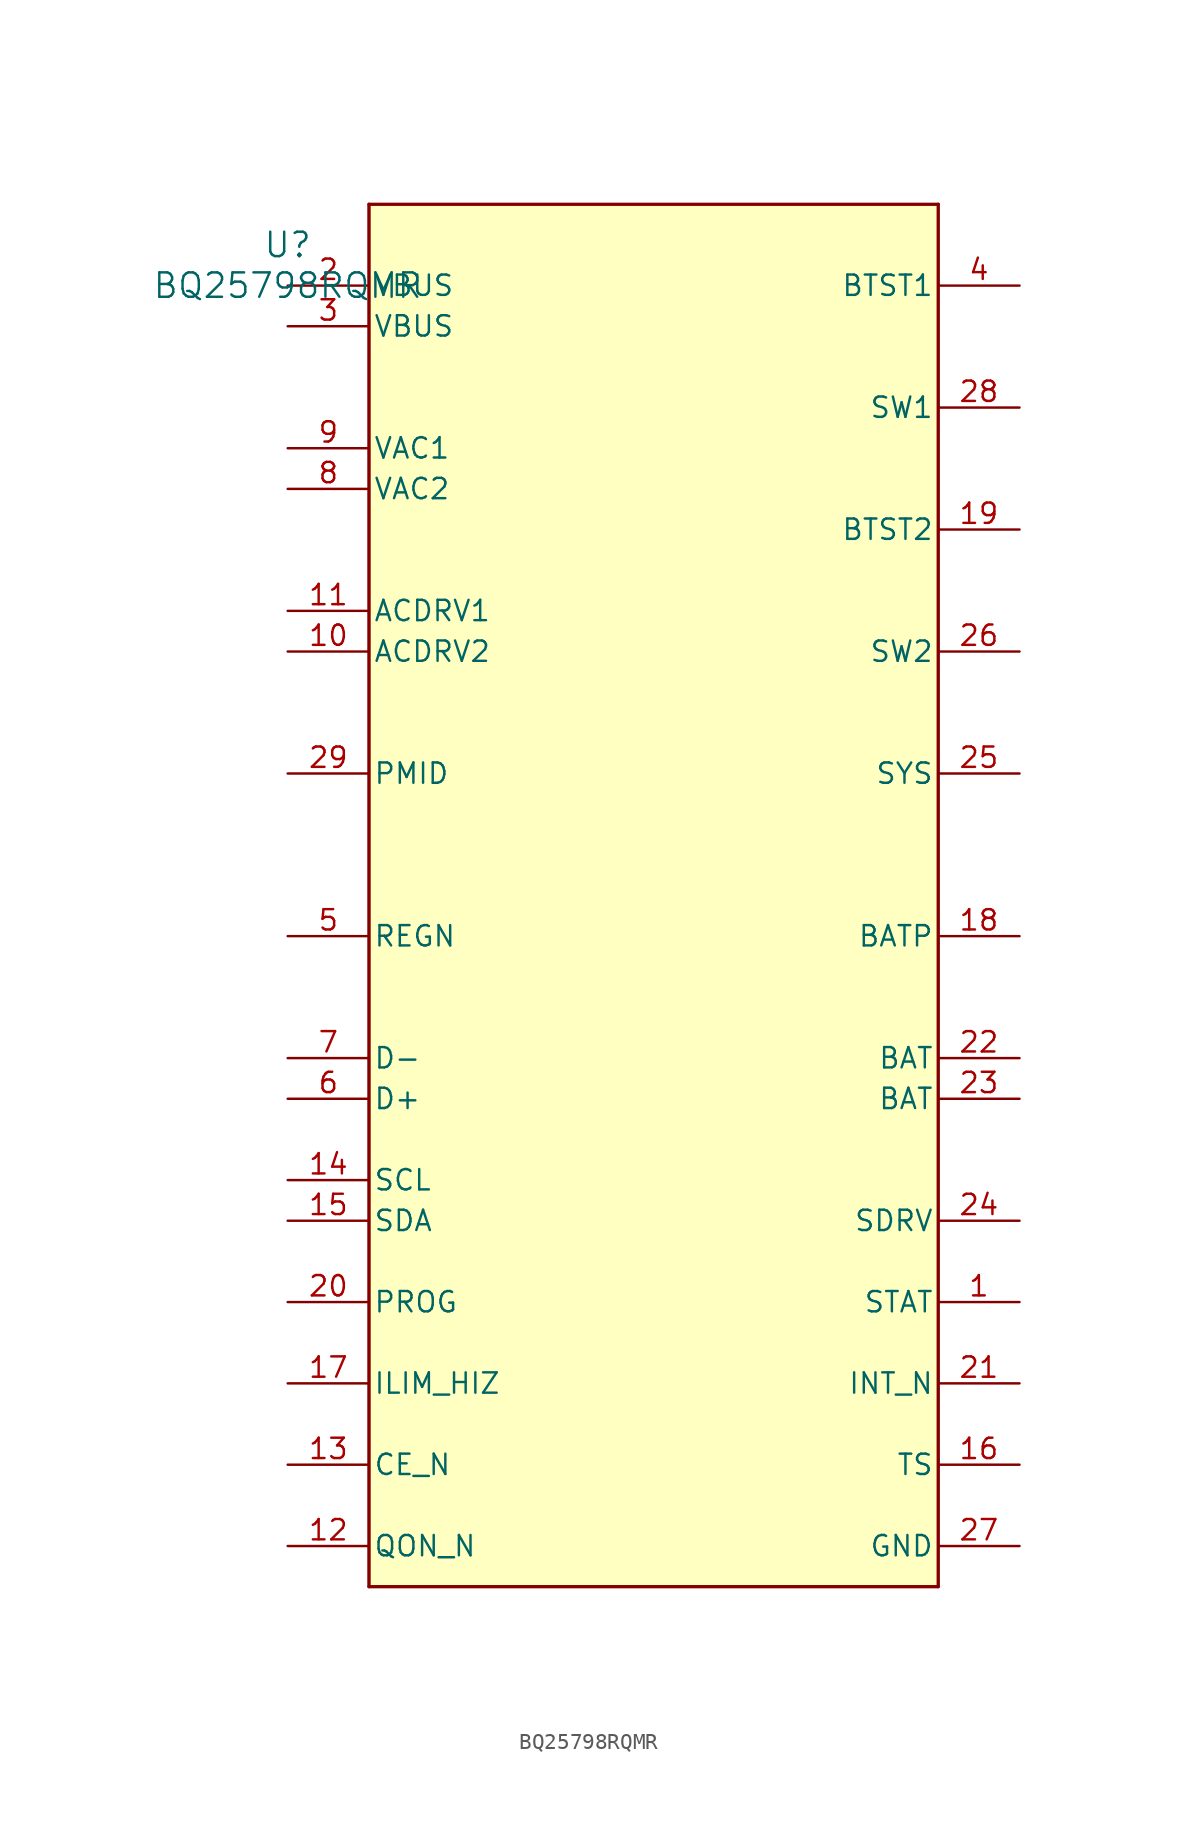
<source format=kicad_sym>
(kicad_symbol_lib
  (version 20231120)
  (generator "kicad_symbol_editor")
  (generator_version "8.99")
  (symbol "BQ25798RQMR"
    (pin_names
      (offset 0.254))
    (property "Reference" "U"
      (at 0 2.54 0)
      (effects (font (size 1.524 1.524))))
    (property "Value" "BQ25798RQMR"
      (at 0 0 0)
      (effects (font (size 1.524 1.524))))
    (property "ki_locked" ""
      (at 0 0 0)
      (effects (font (size 1.27 1.27))))
    (symbol "BQ25798RQMR_0_1"
      (polyline (pts (xy 5.08 5.08) (xy 5.08 -81.28)) (stroke (width 0.203) (type default)) (fill (type none)))
      (polyline (pts (xy 5.08 -81.28) (xy 40.64 -81.28)) (stroke (width 0.203) (type default)) (fill (type none)))
      (polyline (pts (xy 40.64 5.08) (xy 5.08 5.08)) (stroke (width 0.203) (type default)) (fill (type none)))
      (polyline (pts (xy 40.64 -81.28) (xy 40.64 5.08)) (stroke (width 0.203) (type default)) (fill (type none)))
      (pin unspecified line (at 45.72 -63.5 180) (length 5.08) (name "STAT" (effects (font (size 1.27 1.27)))) (number "1" (effects (font (size 1.27 1.27)))))
      (pin power_in line (at 0 -22.86 0) (length 5.08) (name "ACDRV2" (effects (font (size 1.27 1.27)))) (number "10" (effects (font (size 1.27 1.27)))))
      (pin power_in line (at 0 -20.32 0) (length 5.08) (name "ACDRV1" (effects (font (size 1.27 1.27)))) (number "11" (effects (font (size 1.27 1.27)))))
      (pin unspecified line (at 0 -78.74 0) (length 5.08) (name "QON_N" (effects (font (size 1.27 1.27)))) (number "12" (effects (font (size 1.27 1.27)))))
      (pin unspecified line (at 0 -73.66 0) (length 5.08) (name "CE_N" (effects (font (size 1.27 1.27)))) (number "13" (effects (font (size 1.27 1.27)))))
      (pin input line (at 0 -55.88 0) (length 5.08) (name "SCL" (effects (font (size 1.27 1.27)))) (number "14" (effects (font (size 1.27 1.27)))))
      (pin bidirectional line (at 0 -58.42 0) (length 5.08) (name "SDA" (effects (font (size 1.27 1.27)))) (number "15" (effects (font (size 1.27 1.27)))))
      (pin unspecified line (at 45.72 -73.66 180) (length 5.08) (name "TS" (effects (font (size 1.27 1.27)))) (number "16" (effects (font (size 1.27 1.27)))))
      (pin unspecified line (at 0 -68.58 0) (length 5.08) (name "ILIM_HIZ" (effects (font (size 1.27 1.27)))) (number "17" (effects (font (size 1.27 1.27)))))
      (pin unspecified line (at 45.72 -40.64 180) (length 5.08) (name "BATP" (effects (font (size 1.27 1.27)))) (number "18" (effects (font (size 1.27 1.27)))))
      (pin unspecified line (at 45.72 -15.24 180) (length 5.08) (name "BTST2" (effects (font (size 1.27 1.27)))) (number "19" (effects (font (size 1.27 1.27)))))
      (pin power_in line (at 0 0 0) (length 5.08) (name "VBUS" (effects (font (size 1.27 1.27)))) (number "2" (effects (font (size 1.27 1.27)))))
      (pin unspecified line (at 0 -63.5 0) (length 5.08) (name "PROG" (effects (font (size 1.27 1.27)))) (number "20" (effects (font (size 1.27 1.27)))))
      (pin unspecified line (at 45.72 -68.58 180) (length 5.08) (name "INT_N" (effects (font (size 1.27 1.27)))) (number "21" (effects (font (size 1.27 1.27)))))
      (pin unspecified line (at 45.72 -48.26 180) (length 5.08) (name "BAT" (effects (font (size 1.27 1.27)))) (number "22" (effects (font (size 1.27 1.27)))))
      (pin unspecified line (at 45.72 -50.8 180) (length 5.08) (name "BAT" (effects (font (size 1.27 1.27)))) (number "23" (effects (font (size 1.27 1.27)))))
      (pin unspecified line (at 45.72 -58.42 180) (length 5.08) (name "SDRV" (effects (font (size 1.27 1.27)))) (number "24" (effects (font (size 1.27 1.27)))))
      (pin unspecified line (at 45.72 -30.48 180) (length 5.08) (name "SYS" (effects (font (size 1.27 1.27)))) (number "25" (effects (font (size 1.27 1.27)))))
      (pin unspecified line (at 45.72 -22.86 180) (length 5.08) (name "SW2" (effects (font (size 1.27 1.27)))) (number "26" (effects (font (size 1.27 1.27)))))
      (pin power_in line (at 45.72 -78.74 180) (length 5.08) (name "GND" (effects (font (size 1.27 1.27)))) (number "27" (effects (font (size 1.27 1.27)))))
      (pin unspecified line (at 45.72 -7.62 180) (length 5.08) (name "SW1" (effects (font (size 1.27 1.27)))) (number "28" (effects (font (size 1.27 1.27)))))
      (pin unspecified line (at 0 -30.48 0) (length 5.08) (name "PMID" (effects (font (size 1.27 1.27)))) (number "29" (effects (font (size 1.27 1.27)))))
      (pin power_in line (at 0 -2.54 0) (length 5.08) (name "VBUS" (effects (font (size 1.27 1.27)))) (number "3" (effects (font (size 1.27 1.27)))))
      (pin unspecified line (at 45.72 0 180) (length 5.08) (name "BTST1" (effects (font (size 1.27 1.27)))) (number "4" (effects (font (size 1.27 1.27)))))
      (pin unspecified line (at 0 -40.64 0) (length 5.08) (name "REGN" (effects (font (size 1.27 1.27)))) (number "5" (effects (font (size 1.27 1.27)))))
      (pin unspecified line (at 0 -50.8 0) (length 5.08) (name "D+" (effects (font (size 1.27 1.27)))) (number "6" (effects (font (size 1.27 1.27)))))
      (pin unspecified line (at 0 -48.26 0) (length 5.08) (name "D-" (effects (font (size 1.27 1.27)))) (number "7" (effects (font (size 1.27 1.27)))))
      (pin power_in line (at 0 -12.7 0) (length 5.08) (name "VAC2" (effects (font (size 1.27 1.27)))) (number "8" (effects (font (size 1.27 1.27)))))
      (pin power_in line (at 0 -10.16 0) (length 5.08) (name "VAC1" (effects (font (size 1.27 1.27)))) (number "9" (effects (font (size 1.27 1.27))))))
    (symbol "BQ25798RQMR_1_1"
      (rectangle (start 5.08 5.08) (end 40.64 -81.28) (stroke (width 0) (type default)) (fill (type background))))))
</source>
